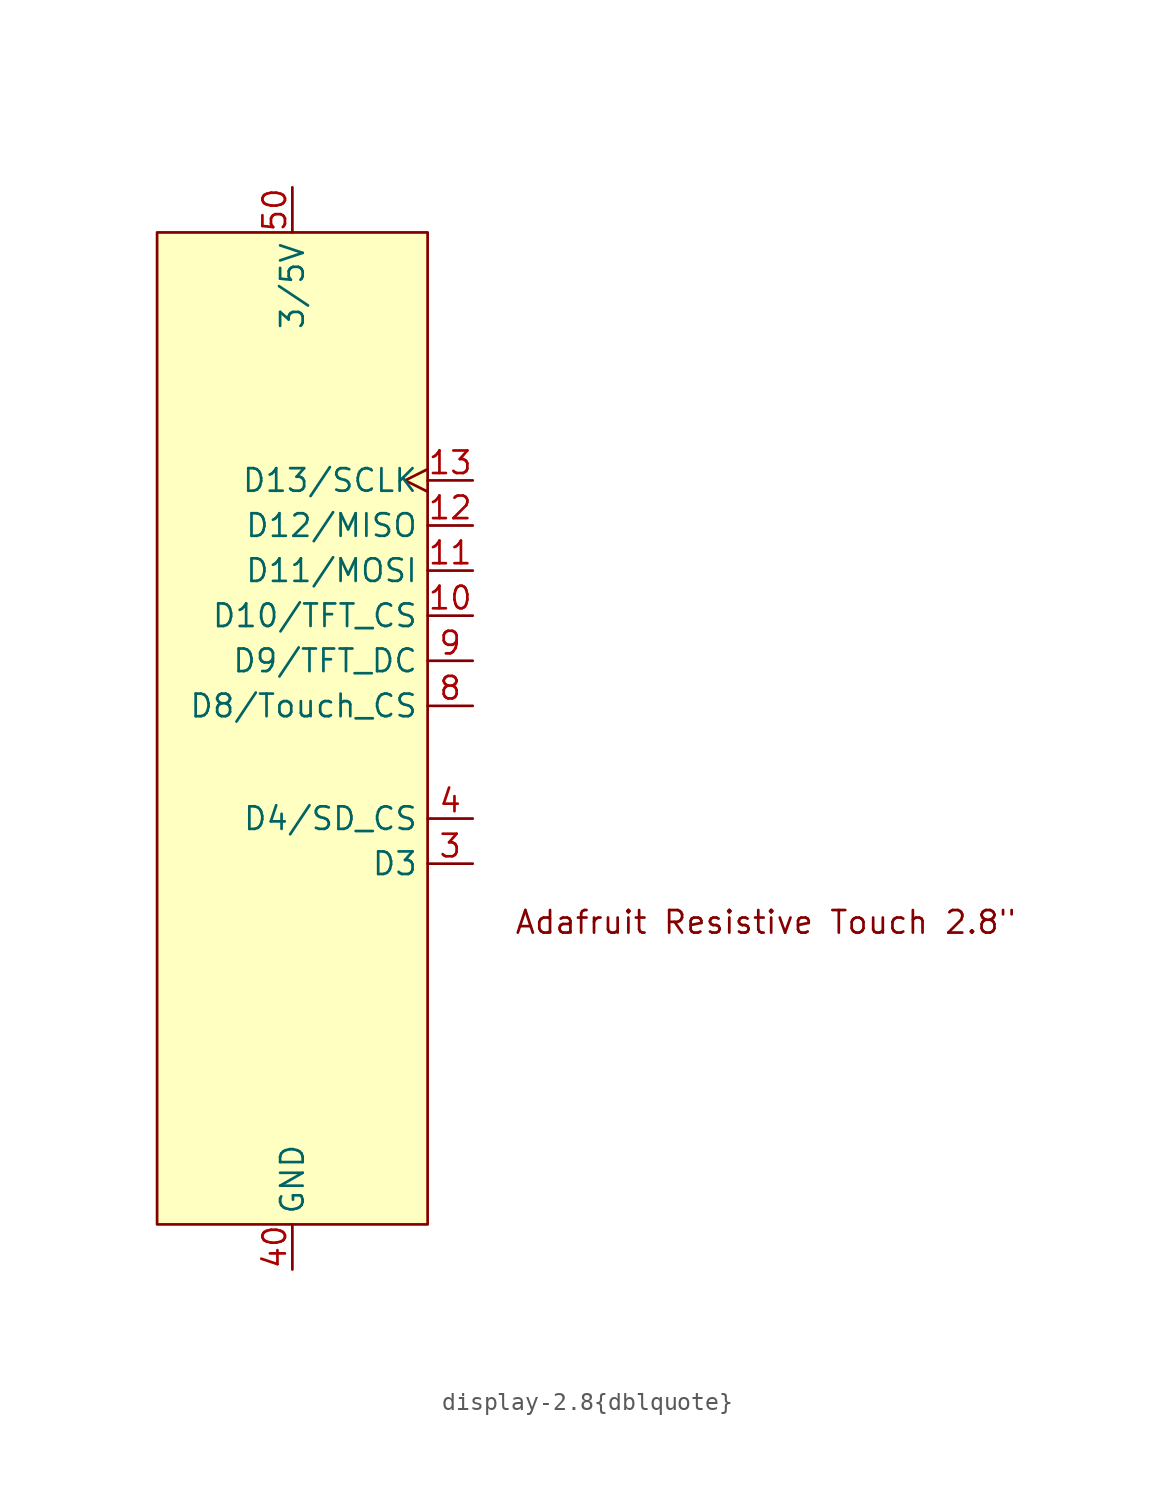
<source format=kicad_sym>
(kicad_symbol_lib
  (version 20231120)
  (generator "kicad_symbol_editor")
  (generator_version "8.0")
  (symbol "display-2.8{dblquote}"
    (property "Reference" "TFT"
      (at 17.526 20.066 0)
      (effects (font (size 1.27 1.27)) (hide yes)))
    (property "Value" ""
      (at 17.526 20.066 0)
      (effects (font (size 1.27 1.27))))
    (symbol "display-2.8{dblquote}_1_0"
      (pin input line (at 10.16 6.35 180) (length 2.54) (name "D10/TFT_CS" (effects (font (size 1.27 1.27)))) (number "10" (effects (font (size 1.27 1.27)))))
      (pin output line (at 10.16 8.89 180) (length 2.54) (name "D11/MOSI" (effects (font (size 1.27 1.27)))) (number "11" (effects (font (size 1.27 1.27)))))
      (pin input line (at 10.16 11.43 180) (length 2.54) (name "D12/MISO" (effects (font (size 1.27 1.27)))) (number "12" (effects (font (size 1.27 1.27)))))
      (pin output clock (at 10.16 13.97 180) (length 2.54) (name "D13/SCLK" (effects (font (size 1.27 1.27)))) (number "13" (effects (font (size 1.27 1.27)))))
      (pin input line (at 10.16 -5.08 180) (length 2.54) (name "D4/SD_CS" (effects (font (size 1.27 1.27)))) (number "4" (effects (font (size 1.27 1.27)))))
      (pin power_in line (at 0 -30.48 90) (length 2.54) (name "GND" (effects (font (size 1.27 1.27)))) (number "40" (effects (font (size 1.27 1.27)))))
      (pin power_in line (at 0 30.48 270) (length 2.54) (name "3/5V" (effects (font (size 1.27 1.27)))) (number "50" (effects (font (size 1.27 1.27)))))
      (pin input line (at 10.16 1.27 180) (length 2.54) (name "D8/Touch_CS" (effects (font (size 1.27 1.27)))) (number "8" (effects (font (size 1.27 1.27)))))
      (pin input line (at 10.16 3.81 180) (length 2.54) (name "D9/TFT_DC" (effects (font (size 1.27 1.27)))) (number "9" (effects (font (size 1.27 1.27))))))
    (symbol "display-2.8{dblquote}_1_1"
      (rectangle (start -7.62 27.94) (end 7.62 -27.94) (stroke (width 0) (type default)) (fill (type background)))
      (text "Adafruit Resistive Touch 2.8\"" (at 26.67 -10.922 0) (effects (font (size 1.27 1.27))))
      (pin input line (at 10.16 -7.62 180) (length 2.54) (name "D3" (effects (font (size 1.27 1.27)))) (number "3" (effects (font (size 1.27 1.27))))))))
</source>
